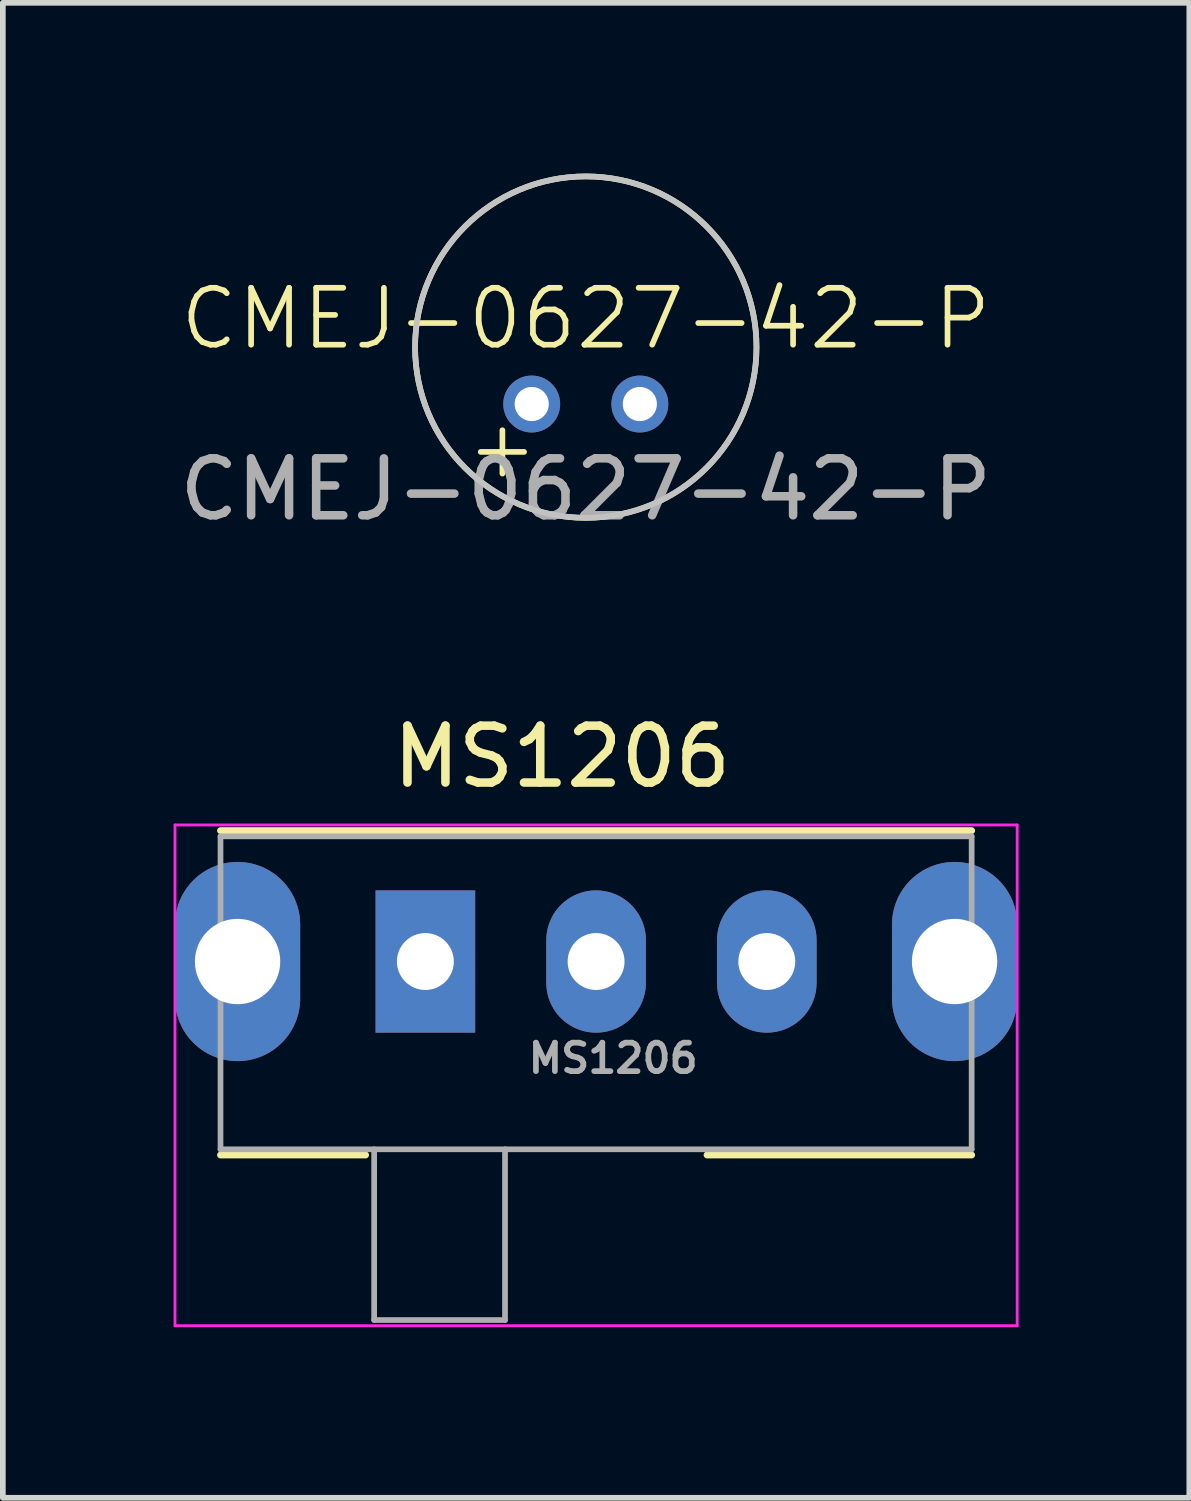
<source format=kicad_pcb>
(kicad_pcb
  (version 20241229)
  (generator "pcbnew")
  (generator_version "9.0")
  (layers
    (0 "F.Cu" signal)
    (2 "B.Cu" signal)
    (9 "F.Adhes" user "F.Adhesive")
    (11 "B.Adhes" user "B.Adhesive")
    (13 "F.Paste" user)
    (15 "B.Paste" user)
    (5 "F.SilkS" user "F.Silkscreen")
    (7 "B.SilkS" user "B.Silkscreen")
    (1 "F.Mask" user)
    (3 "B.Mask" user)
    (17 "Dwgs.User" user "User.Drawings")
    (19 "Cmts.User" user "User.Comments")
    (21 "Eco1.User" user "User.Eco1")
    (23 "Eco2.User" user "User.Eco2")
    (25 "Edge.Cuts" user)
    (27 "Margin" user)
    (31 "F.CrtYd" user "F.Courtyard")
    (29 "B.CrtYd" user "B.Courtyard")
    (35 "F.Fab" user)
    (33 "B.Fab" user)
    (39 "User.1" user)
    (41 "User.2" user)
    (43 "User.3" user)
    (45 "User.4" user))
  (footprint "CMEJ-0627-42-P"
    (layer "F.Cu")
    (at 7.244 3.05)
    (property "Reference" "CMEJ-0627-42-P" (at 0 -0.5 0) (unlocked yes) (layer "F.SilkS") (effects (font (size 1 1) (thickness 0.1))))
    (attr through_hole)
    (fp_circle (center 0 0) (end 3 0) (stroke (width 0.1) (type default)) (fill no) (layer "F.SilkS"))
    (fp_circle (center 0 0) (end 3 0) (stroke (width 0.1) (type default)) (fill no) (layer "Dwgs.User"))
    (fp_text user "+" (at -2.15 2.35 0) (unlocked yes) (layer "F.SilkS") (effects (font (size 1 1) (thickness 0.1)) (justify left bottom)))
    (fp_text user "${REFERENCE}" (at 0 2.5 0) (unlocked yes) (layer "F.Fab") (effects (font (size 1 1) (thickness 0.15))))
    (pad "1" thru_hole circle (at 0.95 1) (size 1 1) (drill 0.6) (layers "*.Cu" "*.Mask"))
    (pad "2" thru_hole circle (at -0.95 1) (size 1 1) (drill 0.6) (layers "*.Cu" "*.Mask")))
  (footprint "MS1206"
    (layer "F.Cu")
    (at 5.425 13.847)
    (property "Reference" "MS1206" (at 1.4 -3.6 0) (layer "F.SilkS") (effects (font (size 1 1) (thickness 0.15))))
    (attr through_hole)
    (fp_line (start -4.6 -2.3) (end 8.6 -2.3) (stroke (width 0.12) (type solid)) (layer "F.SilkS"))
    (fp_line (start -4.6 3.4) (end -2.05 3.4) (stroke (width 0.12) (type solid)) (layer "F.SilkS"))
    (fp_line (start 3.95 3.4) (end 8.6 3.4) (stroke (width 0.12) (type solid)) (layer "F.SilkS"))
    (fp_line (start -5.4 -2.4) (end 9.4 -2.4) (stroke (width 0.05) (type solid)) (layer "F.CrtYd"))
    (fp_line (start -5.4 6.4) (end -5.4 -2.4) (stroke (width 0.05) (type solid)) (layer "F.CrtYd"))
    (fp_line (start 9.4 -2.4) (end 9.4 6.4) (stroke (width 0.05) (type solid)) (layer "F.CrtYd"))
    (fp_line (start 9.4 6.4) (end -5.4 6.4) (stroke (width 0.05) (type solid)) (layer "F.CrtYd"))
    (fp_line (start -4.6 -2.2) (end -4.6 3.3) (stroke (width 0.1) (type solid)) (layer "F.Fab"))
    (fp_line (start -4.6 -2.2) (end 8.6 -2.2) (stroke (width 0.1) (type solid)) (layer "F.Fab"))
    (fp_line (start -4.6 3.3) (end 8.6 3.3) (stroke (width 0.1) (type solid)) (layer "F.Fab"))
    (fp_line (start -1.9 6.3) (end -1.9 3.3) (stroke (width 0.1) (type solid)) (layer "F.Fab"))
    (fp_line (start 0.4 3.3) (end 0.4 6.3) (stroke (width 0.1) (type solid)) (layer "F.Fab"))
    (fp_line (start 0.4 6.3) (end -1.9 6.3) (stroke (width 0.1) (type solid)) (layer "F.Fab"))
    (fp_line (start 8.6 3.3) (end 8.6 -2.2) (stroke (width 0.1) (type solid)) (layer "F.Fab"))
    (fp_text user "${REFERENCE}" (at 2.3 1.7 0) (layer "F.Fab") (effects (font (size 0.5 0.5) (thickness 0.1))))
    (pad "" thru_hole oval (at -4.3 0) (size 2.2 3.5) (drill 1.5) (layers "*.Cu" "*.Mask"))
    (pad "" thru_hole oval (at 8.3 0) (size 2.2 3.5) (drill 1.5) (layers "*.Cu" "*.Mask"))
    (pad "1" thru_hole rect (at -1 0) (size 1.75 2.5) (drill 1) (layers "*.Cu" "*.Mask"))
    (pad "2" thru_hole oval (at 2 0) (size 1.75 2.5) (drill 1) (layers "*.Cu" "*.Mask"))
    (pad "3" thru_hole oval (at 5 0) (size 1.75 2.5) (drill 1) (layers "*.Cu" "*.Mask")))
  (gr_rect
    (start -3 -3)
    (end 17.85 23.271)
    (stroke (width 0.1) (type default))
    (fill no)
    (layer "Edge.Cuts")))
</source>
